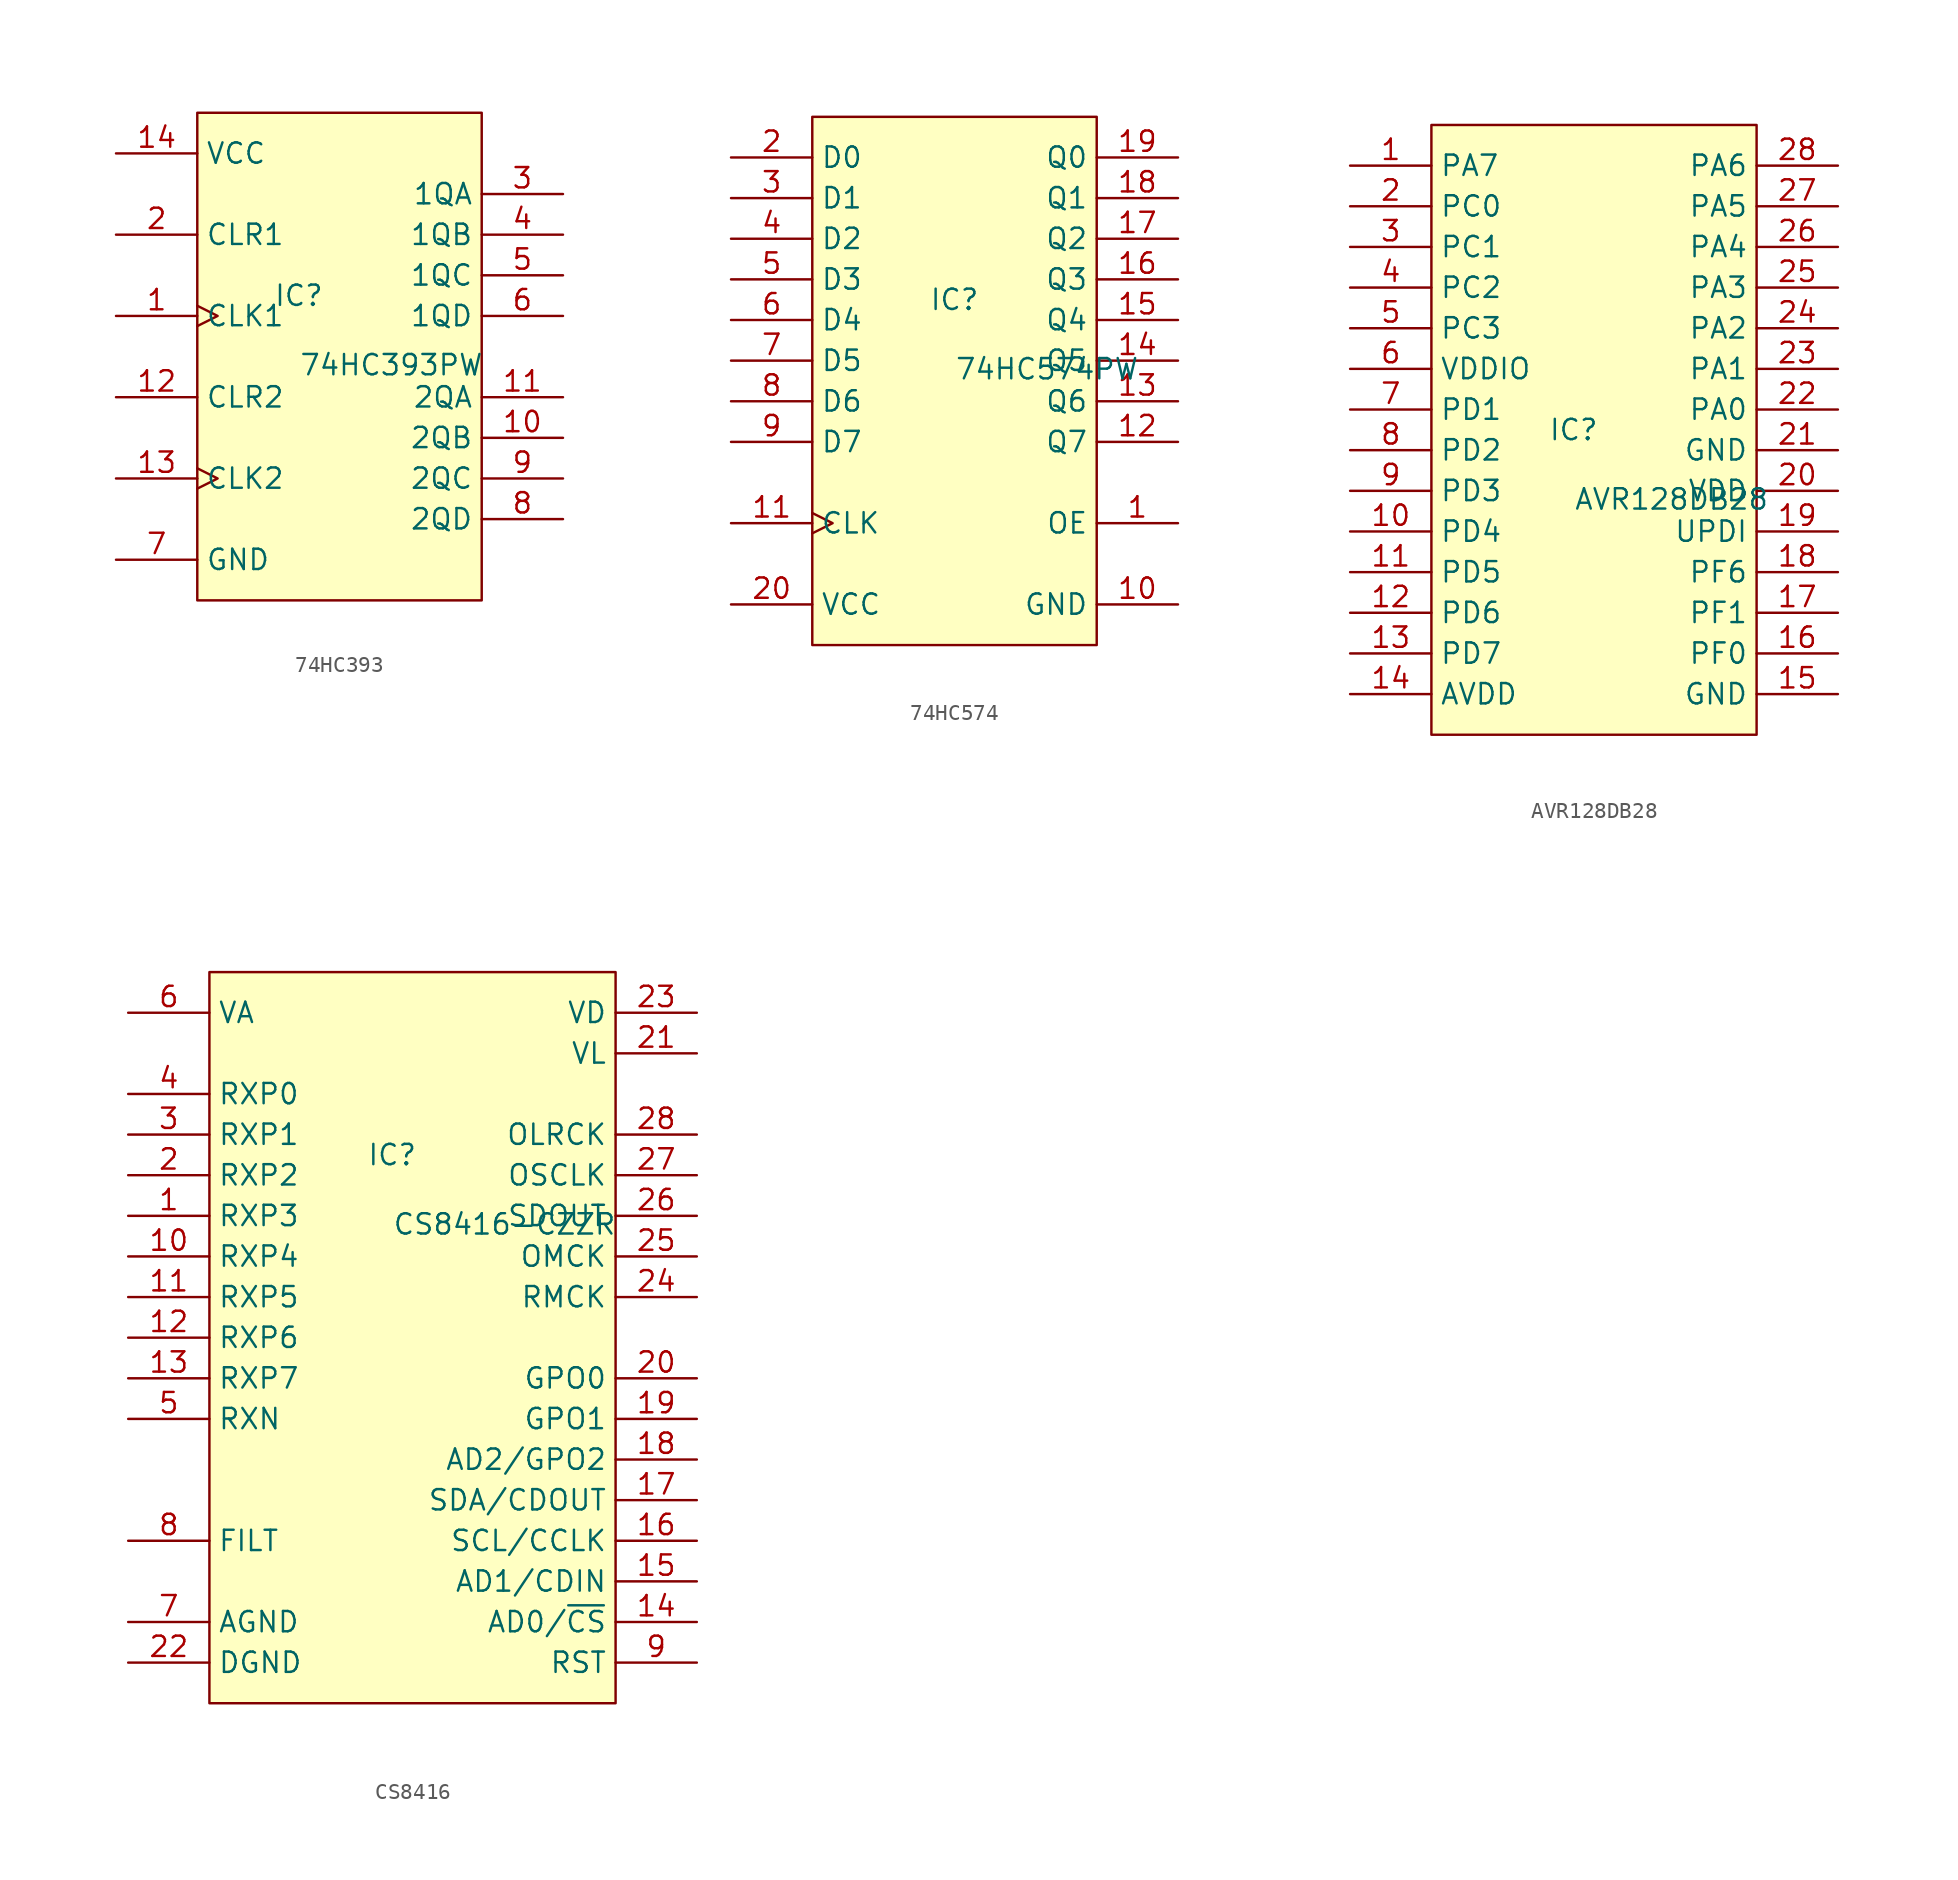
<source format=kicad_sym>
(kicad_symbol_lib
  (version 20231120)
  (generator "kicad_symbol_editor")
  (generator_version "8.0")
  (symbol "74HC393"
    (property "Reference" "IC"
      (at -1.27 1.27 0)
      (effects (font (size 1.27 1.27))))
    (property "Value" "74HC393PW"
      (at -1.27 -3.81 0)
      (effects (font (size 1.27 1.27)) (justify left bottom)))
    (symbol "74HC393_1_0"
      (rectangle (start -7.62 12.7) (end 10.16 -17.78) (stroke (width 0) (type solid) (color 128 0 0 1)) (fill (type background)))
      (pin input clock (at -12.7 0 0) (length 5.08) (name "CLK1" (effects (font (size 1.27 1.27)))) (number "1" (effects (font (size 1.27 1.27)))))
      (pin output line (at 15.24 -7.62 180) (length 5.08) (name "2QB" (effects (font (size 1.27 1.27)))) (number "10" (effects (font (size 1.27 1.27)))))
      (pin output line (at 15.24 -5.08 180) (length 5.08) (name "2QA" (effects (font (size 1.27 1.27)))) (number "11" (effects (font (size 1.27 1.27)))))
      (pin input line (at -12.7 -5.08 0) (length 5.08) (name "CLR2" (effects (font (size 1.27 1.27)))) (number "12" (effects (font (size 1.27 1.27)))))
      (pin input clock (at -12.7 -10.16 0) (length 5.08) (name "CLK2" (effects (font (size 1.27 1.27)))) (number "13" (effects (font (size 1.27 1.27)))))
      (pin power_in line (at -12.7 10.16 0) (length 5.08) (name "VCC" (effects (font (size 1.27 1.27)))) (number "14" (effects (font (size 1.27 1.27)))))
      (pin input line (at -12.7 5.08 0) (length 5.08) (name "CLR1" (effects (font (size 1.27 1.27)))) (number "2" (effects (font (size 1.27 1.27)))))
      (pin output line (at 15.24 7.62 180) (length 5.08) (name "1QA" (effects (font (size 1.27 1.27)))) (number "3" (effects (font (size 1.27 1.27)))))
      (pin output line (at 15.24 5.08 180) (length 5.08) (name "1QB" (effects (font (size 1.27 1.27)))) (number "4" (effects (font (size 1.27 1.27)))))
      (pin output line (at 15.24 2.54 180) (length 5.08) (name "1QC" (effects (font (size 1.27 1.27)))) (number "5" (effects (font (size 1.27 1.27)))))
      (pin output line (at 15.24 0 180) (length 5.08) (name "1QD" (effects (font (size 1.27 1.27)))) (number "6" (effects (font (size 1.27 1.27)))))
      (pin power_in line (at -12.7 -15.24 0) (length 5.08) (name "GND" (effects (font (size 1.27 1.27)))) (number "7" (effects (font (size 1.27 1.27)))))
      (pin output line (at 15.24 -12.7 180) (length 5.08) (name "2QD" (effects (font (size 1.27 1.27)))) (number "8" (effects (font (size 1.27 1.27)))))
      (pin output line (at 15.24 -10.16 180) (length 5.08) (name "2QC" (effects (font (size 1.27 1.27)))) (number "9" (effects (font (size 1.27 1.27)))))))
  (symbol "74HC574"
    (property "Reference" "IC"
      (at -1.27 1.27 0)
      (effects (font (size 1.27 1.27))))
    (property "Value" "74HC574PW"
      (at -1.27 -3.81 0)
      (effects (font (size 1.27 1.27)) (justify left bottom)))
    (symbol "74HC574_1_0"
      (rectangle (start -10.16 12.7) (end 7.62 -20.32) (stroke (width 0) (type solid) (color 128 0 0 1)) (fill (type background)))
      (pin input line (at 12.7 -12.7 180) (length 5.08) (name "OE" (effects (font (size 1.27 1.27)))) (number "1" (effects (font (size 1.27 1.27)))))
      (pin power_in line (at 12.7 -17.78 180) (length 5.08) (name "GND" (effects (font (size 1.27 1.27)))) (number "10" (effects (font (size 1.27 1.27)))))
      (pin input clock (at -15.24 -12.7 0) (length 5.08) (name "CLK" (effects (font (size 1.27 1.27)))) (number "11" (effects (font (size 1.27 1.27)))))
      (pin output line (at 12.7 -7.62 180) (length 5.08) (name "Q7" (effects (font (size 1.27 1.27)))) (number "12" (effects (font (size 1.27 1.27)))))
      (pin output line (at 12.7 -5.08 180) (length 5.08) (name "Q6" (effects (font (size 1.27 1.27)))) (number "13" (effects (font (size 1.27 1.27)))))
      (pin output line (at 12.7 -2.54 180) (length 5.08) (name "Q5" (effects (font (size 1.27 1.27)))) (number "14" (effects (font (size 1.27 1.27)))))
      (pin output line (at 12.7 0 180) (length 5.08) (name "Q4" (effects (font (size 1.27 1.27)))) (number "15" (effects (font (size 1.27 1.27)))))
      (pin output line (at 12.7 2.54 180) (length 5.08) (name "Q3" (effects (font (size 1.27 1.27)))) (number "16" (effects (font (size 1.27 1.27)))))
      (pin output line (at 12.7 5.08 180) (length 5.08) (name "Q2" (effects (font (size 1.27 1.27)))) (number "17" (effects (font (size 1.27 1.27)))))
      (pin output line (at 12.7 7.62 180) (length 5.08) (name "Q1" (effects (font (size 1.27 1.27)))) (number "18" (effects (font (size 1.27 1.27)))))
      (pin output line (at 12.7 10.16 180) (length 5.08) (name "Q0" (effects (font (size 1.27 1.27)))) (number "19" (effects (font (size 1.27 1.27)))))
      (pin input line (at -15.24 10.16 0) (length 5.08) (name "D0" (effects (font (size 1.27 1.27)))) (number "2" (effects (font (size 1.27 1.27)))))
      (pin power_in line (at -15.24 -17.78 0) (length 5.08) (name "VCC" (effects (font (size 1.27 1.27)))) (number "20" (effects (font (size 1.27 1.27)))))
      (pin input line (at -15.24 7.62 0) (length 5.08) (name "D1" (effects (font (size 1.27 1.27)))) (number "3" (effects (font (size 1.27 1.27)))))
      (pin input line (at -15.24 5.08 0) (length 5.08) (name "D2" (effects (font (size 1.27 1.27)))) (number "4" (effects (font (size 1.27 1.27)))))
      (pin input line (at -15.24 2.54 0) (length 5.08) (name "D3" (effects (font (size 1.27 1.27)))) (number "5" (effects (font (size 1.27 1.27)))))
      (pin input line (at -15.24 0 0) (length 5.08) (name "D4" (effects (font (size 1.27 1.27)))) (number "6" (effects (font (size 1.27 1.27)))))
      (pin input line (at -15.24 -2.54 0) (length 5.08) (name "D5" (effects (font (size 1.27 1.27)))) (number "7" (effects (font (size 1.27 1.27)))))
      (pin input line (at -15.24 -5.08 0) (length 5.08) (name "D6" (effects (font (size 1.27 1.27)))) (number "8" (effects (font (size 1.27 1.27)))))
      (pin input line (at -15.24 -7.62 0) (length 5.08) (name "D7" (effects (font (size 1.27 1.27)))) (number "9" (effects (font (size 1.27 1.27)))))))
  (symbol "AVR128DB28"
    (property "Reference" "IC"
      (at -1.27 1.27 0)
      (effects (font (size 1.27 1.27))))
    (property "Value" "AVR128DB28"
      (at -1.27 -3.81 0)
      (effects (font (size 1.27 1.27)) (justify left bottom)))
    (symbol "AVR128DB28_1_0"
      (rectangle (start -10.16 20.32) (end 10.16 -17.78) (stroke (width 0) (type solid) (color 128 0 0 1)) (fill (type background)))
      (pin bidirectional line (at -15.24 17.78 0) (length 5.08) (name "PA7" (effects (font (size 1.27 1.27)))) (number "1" (effects (font (size 1.27 1.27)))))
      (pin bidirectional line (at -15.24 -5.08 0) (length 5.08) (name "PD4" (effects (font (size 1.27 1.27)))) (number "10" (effects (font (size 1.27 1.27)))))
      (pin bidirectional line (at -15.24 -7.62 0) (length 5.08) (name "PD5" (effects (font (size 1.27 1.27)))) (number "11" (effects (font (size 1.27 1.27)))))
      (pin bidirectional line (at -15.24 -10.16 0) (length 5.08) (name "PD6" (effects (font (size 1.27 1.27)))) (number "12" (effects (font (size 1.27 1.27)))))
      (pin bidirectional line (at -15.24 -12.7 0) (length 5.08) (name "PD7" (effects (font (size 1.27 1.27)))) (number "13" (effects (font (size 1.27 1.27)))))
      (pin power_in line (at -15.24 -15.24 0) (length 5.08) (name "AVDD" (effects (font (size 1.27 1.27)))) (number "14" (effects (font (size 1.27 1.27)))))
      (pin power_in line (at 15.24 -15.24 180) (length 5.08) (name "GND" (effects (font (size 1.27 1.27)))) (number "15" (effects (font (size 1.27 1.27)))))
      (pin bidirectional line (at 15.24 -12.7 180) (length 5.08) (name "PF0" (effects (font (size 1.27 1.27)))) (number "16" (effects (font (size 1.27 1.27)))))
      (pin bidirectional line (at 15.24 -10.16 180) (length 5.08) (name "PF1" (effects (font (size 1.27 1.27)))) (number "17" (effects (font (size 1.27 1.27)))))
      (pin input line (at 15.24 -7.62 180) (length 5.08) (name "PF6" (effects (font (size 1.27 1.27)))) (number "18" (effects (font (size 1.27 1.27)))))
      (pin bidirectional line (at 15.24 -5.08 180) (length 5.08) (name "UPDI" (effects (font (size 1.27 1.27)))) (number "19" (effects (font (size 1.27 1.27)))))
      (pin bidirectional line (at -15.24 15.24 0) (length 5.08) (name "PC0" (effects (font (size 1.27 1.27)))) (number "2" (effects (font (size 1.27 1.27)))))
      (pin power_in line (at 15.24 -2.54 180) (length 5.08) (name "VDD" (effects (font (size 1.27 1.27)))) (number "20" (effects (font (size 1.27 1.27)))))
      (pin power_in line (at 15.24 0 180) (length 5.08) (name "GND" (effects (font (size 1.27 1.27)))) (number "21" (effects (font (size 1.27 1.27)))))
      (pin bidirectional line (at 15.24 2.54 180) (length 5.08) (name "PA0" (effects (font (size 1.27 1.27)))) (number "22" (effects (font (size 1.27 1.27)))))
      (pin bidirectional line (at 15.24 5.08 180) (length 5.08) (name "PA1" (effects (font (size 1.27 1.27)))) (number "23" (effects (font (size 1.27 1.27)))))
      (pin bidirectional line (at 15.24 7.62 180) (length 5.08) (name "PA2" (effects (font (size 1.27 1.27)))) (number "24" (effects (font (size 1.27 1.27)))))
      (pin bidirectional line (at 15.24 10.16 180) (length 5.08) (name "PA3" (effects (font (size 1.27 1.27)))) (number "25" (effects (font (size 1.27 1.27)))))
      (pin bidirectional line (at 15.24 12.7 180) (length 5.08) (name "PA4" (effects (font (size 1.27 1.27)))) (number "26" (effects (font (size 1.27 1.27)))))
      (pin bidirectional line (at 15.24 15.24 180) (length 5.08) (name "PA5" (effects (font (size 1.27 1.27)))) (number "27" (effects (font (size 1.27 1.27)))))
      (pin bidirectional line (at 15.24 17.78 180) (length 5.08) (name "PA6" (effects (font (size 1.27 1.27)))) (number "28" (effects (font (size 1.27 1.27)))))
      (pin bidirectional line (at -15.24 12.7 0) (length 5.08) (name "PC1" (effects (font (size 1.27 1.27)))) (number "3" (effects (font (size 1.27 1.27)))))
      (pin bidirectional line (at -15.24 10.16 0) (length 5.08) (name "PC2" (effects (font (size 1.27 1.27)))) (number "4" (effects (font (size 1.27 1.27)))))
      (pin bidirectional line (at -15.24 7.62 0) (length 5.08) (name "PC3" (effects (font (size 1.27 1.27)))) (number "5" (effects (font (size 1.27 1.27)))))
      (pin power_in line (at -15.24 5.08 0) (length 5.08) (name "VDDIO" (effects (font (size 1.27 1.27)))) (number "6" (effects (font (size 1.27 1.27)))))
      (pin bidirectional line (at -15.24 2.54 0) (length 5.08) (name "PD1" (effects (font (size 1.27 1.27)))) (number "7" (effects (font (size 1.27 1.27)))))
      (pin bidirectional line (at -15.24 0 0) (length 5.08) (name "PD2" (effects (font (size 1.27 1.27)))) (number "8" (effects (font (size 1.27 1.27)))))
      (pin bidirectional line (at -15.24 -2.54 0) (length 5.08) (name "PD3" (effects (font (size 1.27 1.27)))) (number "9" (effects (font (size 1.27 1.27)))))))
  (symbol "CS8416"
    (property "Reference" "IC"
      (at -1.27 1.27 0)
      (effects (font (size 1.27 1.27))))
    (property "Value" "CS8416-CZZR"
      (at -1.27 -3.81 0)
      (effects (font (size 1.27 1.27)) (justify left bottom)))
    (symbol "CS8416_1_0"
      (rectangle (start -12.7 12.7) (end 12.7 -33.02) (stroke (width 0) (type solid) (color 128 0 0 1)) (fill (type background)))
      (pin input line (at -17.78 -2.54 0) (length 5.08) (name "RXP3" (effects (font (size 1.27 1.27)))) (number "1" (effects (font (size 1.27 1.27)))))
      (pin input line (at -17.78 -5.08 0) (length 5.08) (name "RXP4" (effects (font (size 1.27 1.27)))) (number "10" (effects (font (size 1.27 1.27)))))
      (pin input line (at -17.78 -7.62 0) (length 5.08) (name "RXP5" (effects (font (size 1.27 1.27)))) (number "11" (effects (font (size 1.27 1.27)))))
      (pin input line (at -17.78 -10.16 0) (length 5.08) (name "RXP6" (effects (font (size 1.27 1.27)))) (number "12" (effects (font (size 1.27 1.27)))))
      (pin input line (at -17.78 -12.7 0) (length 5.08) (name "RXP7" (effects (font (size 1.27 1.27)))) (number "13" (effects (font (size 1.27 1.27)))))
      (pin input line (at 17.78 -27.94 180) (length 5.08) (name "AD0/~{CS}" (effects (font (size 1.27 1.27)))) (number "14" (effects (font (size 1.27 1.27)))))
      (pin input line (at 17.78 -25.4 180) (length 5.08) (name "AD1/CDIN" (effects (font (size 1.27 1.27)))) (number "15" (effects (font (size 1.27 1.27)))))
      (pin input line (at 17.78 -22.86 180) (length 5.08) (name "SCL/CCLK" (effects (font (size 1.27 1.27)))) (number "16" (effects (font (size 1.27 1.27)))))
      (pin bidirectional line (at 17.78 -20.32 180) (length 5.08) (name "SDA/CDOUT" (effects (font (size 1.27 1.27)))) (number "17" (effects (font (size 1.27 1.27)))))
      (pin bidirectional line (at 17.78 -17.78 180) (length 5.08) (name "AD2/GPO2" (effects (font (size 1.27 1.27)))) (number "18" (effects (font (size 1.27 1.27)))))
      (pin output line (at 17.78 -15.24 180) (length 5.08) (name "GPO1" (effects (font (size 1.27 1.27)))) (number "19" (effects (font (size 1.27 1.27)))))
      (pin input line (at -17.78 0 0) (length 5.08) (name "RXP2" (effects (font (size 1.27 1.27)))) (number "2" (effects (font (size 1.27 1.27)))))
      (pin output line (at 17.78 -12.7 180) (length 5.08) (name "GPO0" (effects (font (size 1.27 1.27)))) (number "20" (effects (font (size 1.27 1.27)))))
      (pin passive line (at 17.78 7.62 180) (length 5.08) (name "VL" (effects (font (size 1.27 1.27)))) (number "21" (effects (font (size 1.27 1.27)))))
      (pin passive line (at -17.78 -30.48 0) (length 5.08) (name "DGND" (effects (font (size 1.27 1.27)))) (number "22" (effects (font (size 1.27 1.27)))))
      (pin passive line (at 17.78 10.16 180) (length 5.08) (name "VD" (effects (font (size 1.27 1.27)))) (number "23" (effects (font (size 1.27 1.27)))))
      (pin output line (at 17.78 -7.62 180) (length 5.08) (name "RMCK" (effects (font (size 1.27 1.27)))) (number "24" (effects (font (size 1.27 1.27)))))
      (pin input line (at 17.78 -5.08 180) (length 5.08) (name "OMCK" (effects (font (size 1.27 1.27)))) (number "25" (effects (font (size 1.27 1.27)))))
      (pin output line (at 17.78 -2.54 180) (length 5.08) (name "SDOUT" (effects (font (size 1.27 1.27)))) (number "26" (effects (font (size 1.27 1.27)))))
      (pin bidirectional line (at 17.78 0 180) (length 5.08) (name "OSCLK" (effects (font (size 1.27 1.27)))) (number "27" (effects (font (size 1.27 1.27)))))
      (pin bidirectional line (at 17.78 2.54 180) (length 5.08) (name "OLRCK" (effects (font (size 1.27 1.27)))) (number "28" (effects (font (size 1.27 1.27)))))
      (pin input line (at -17.78 2.54 0) (length 5.08) (name "RXP1" (effects (font (size 1.27 1.27)))) (number "3" (effects (font (size 1.27 1.27)))))
      (pin input line (at -17.78 5.08 0) (length 5.08) (name "RXP0" (effects (font (size 1.27 1.27)))) (number "4" (effects (font (size 1.27 1.27)))))
      (pin input line (at -17.78 -15.24 0) (length 5.08) (name "RXN" (effects (font (size 1.27 1.27)))) (number "5" (effects (font (size 1.27 1.27)))))
      (pin passive line (at -17.78 10.16 0) (length 5.08) (name "VA" (effects (font (size 1.27 1.27)))) (number "6" (effects (font (size 1.27 1.27)))))
      (pin passive line (at -17.78 -27.94 0) (length 5.08) (name "AGND" (effects (font (size 1.27 1.27)))) (number "7" (effects (font (size 1.27 1.27)))))
      (pin passive line (at -17.78 -22.86 0) (length 5.08) (name "FILT" (effects (font (size 1.27 1.27)))) (number "8" (effects (font (size 1.27 1.27)))))
      (pin input line (at 17.78 -30.48 180) (length 5.08) (name "RST" (effects (font (size 1.27 1.27)))) (number "9" (effects (font (size 1.27 1.27))))))))
</source>
